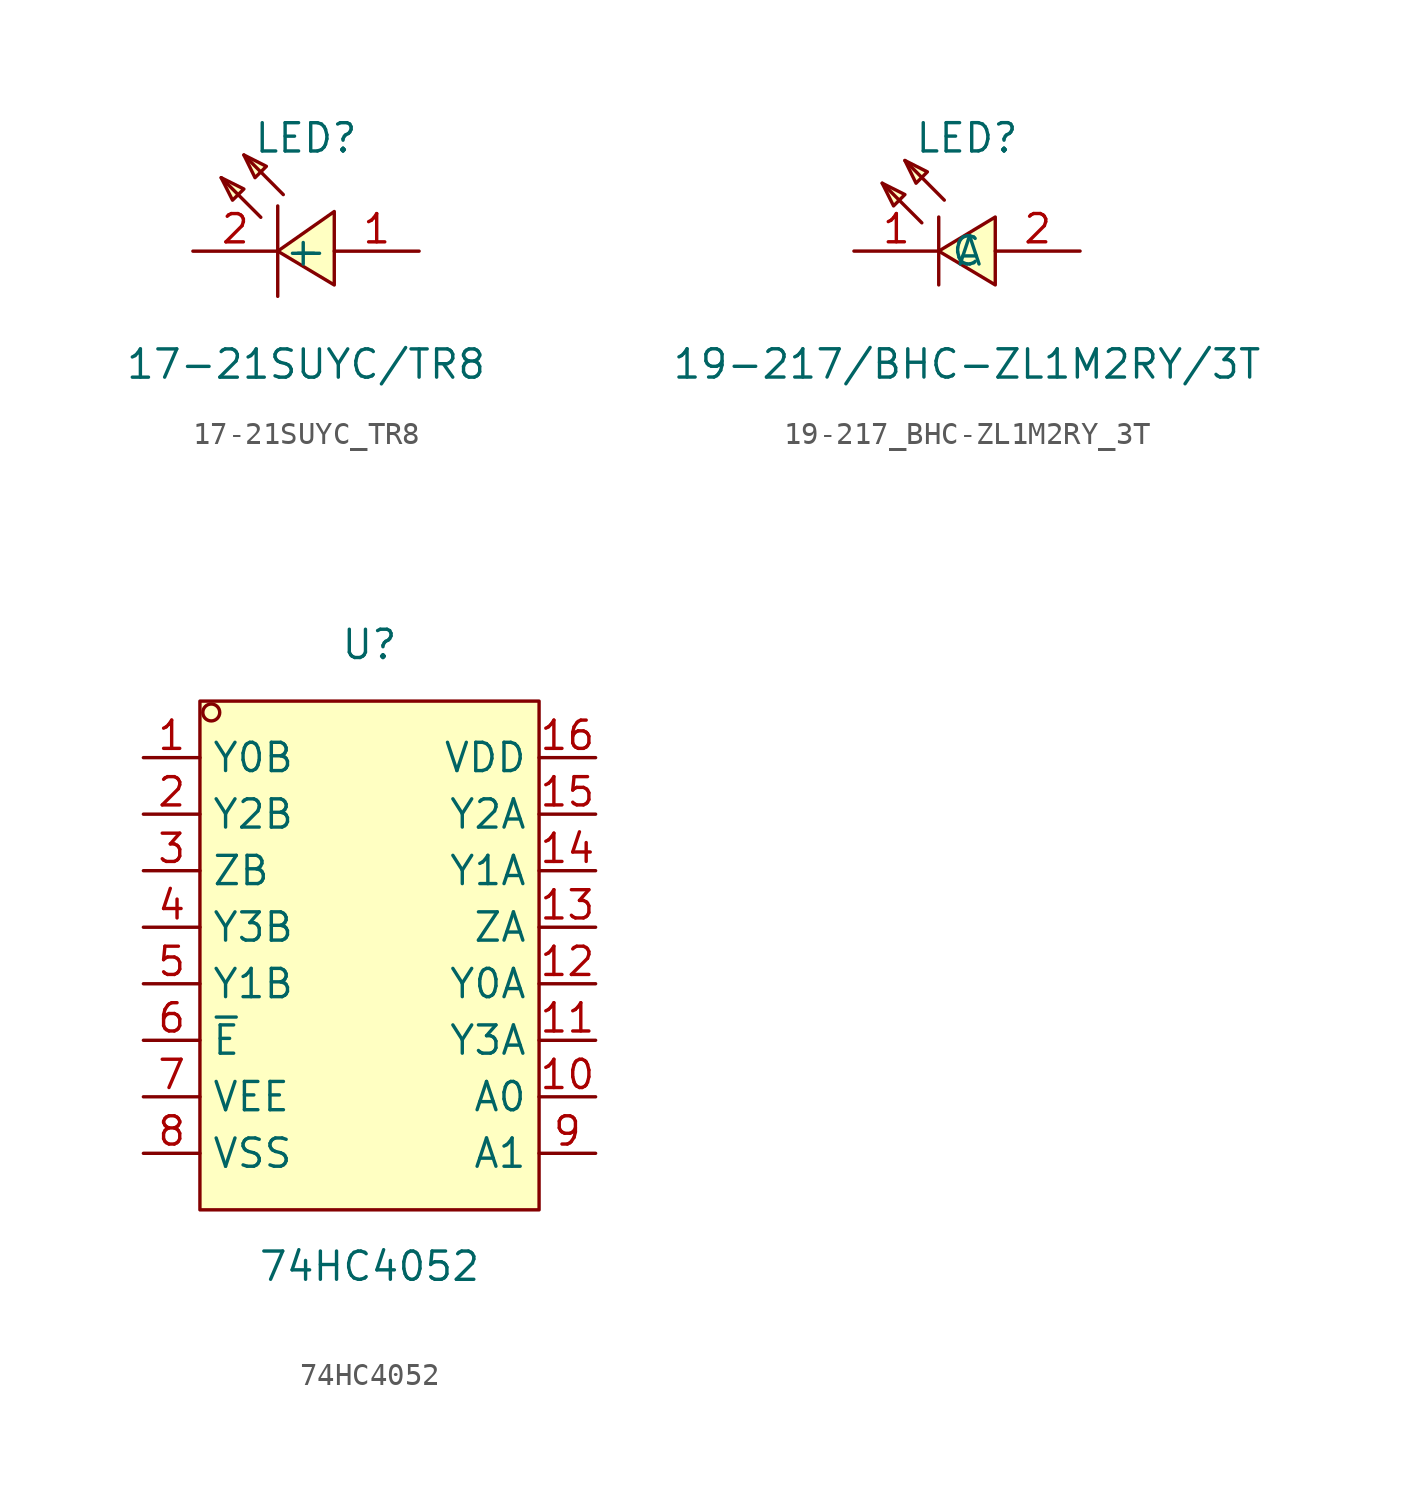
<source format=kicad_sym>
(kicad_symbol_lib
  (version 20220914)
  (generator kicad_symbol_editor)
  (symbol "17-21SUYC_TR8"
    (property "Reference" "LED"
      (at 0 5.08 0)
      (effects (font (size 1.27 1.27))))
    (property "Value" "17-21SUYC/TR8"
      (at 0 -5.08 0)
      (effects (font (size 1.27 1.27))))
    (symbol "17-21SUYC_TR8_0_1"
      (polyline (pts (xy -2.03 1.52) (xy -3.81 3.3)) (stroke (width 0) (type default)) (fill (type none)))
      (polyline (pts (xy -1.27 2.03) (xy -1.27 -2.03)) (stroke (width 0) (type default)) (fill (type none)))
      (polyline (pts (xy -1.02 2.54) (xy -2.79 4.32)) (stroke (width 0) (type default)) (fill (type none)))
      (polyline (pts (xy -3.81 3.3) (xy -2.79 2.79) (xy -3.3 2.29) (xy -3.81 3.3)) (stroke (width 0) (type default)) (fill (type background)))
      (polyline (pts (xy -2.79 4.32) (xy -1.78 3.81) (xy -2.29 3.3) (xy -2.79 4.32)) (stroke (width 0) (type default)) (fill (type background)))
      (polyline (pts (xy 1.27 -1.52) (xy -1.27 0) (xy 1.27 1.78) (xy 1.27 -1.52)) (stroke (width 0) (type default)) (fill (type background)))
      (pin unspecified line (at 5.08 0 180) (length 3.81) (name "+" (effects (font (size 1.27 1.27)))) (number "1" (effects (font (size 1.27 1.27)))))
      (pin unspecified line (at -5.08 0 0) (length 3.81) (name "-" (effects (font (size 1.27 1.27)))) (number "2" (effects (font (size 1.27 1.27)))))))
  (symbol "19-217_BHC-ZL1M2RY_3T"
    (property "Reference" "LED"
      (at 0 3.3 0)
      (effects (font (size 1.27 1.27))))
    (property "Value" "19-217/BHC-ZL1M2RY/3T"
      (at 0 -6.86 0)
      (effects (font (size 1.27 1.27))))
    (symbol "19-217_BHC-ZL1M2RY_3T_0_1"
      (polyline (pts (xy -2.03 -0.51) (xy -3.81 1.27)) (stroke (width 0) (type default)) (fill (type none)))
      (polyline (pts (xy -1.27 -3.3) (xy -1.27 -0.25)) (stroke (width 0) (type default)) (fill (type none)))
      (polyline (pts (xy -1.02 0.51) (xy -2.79 2.29)) (stroke (width 0) (type default)) (fill (type none)))
      (polyline (pts (xy -3.81 1.27) (xy -3.3 0.25) (xy -2.79 0.76) (xy -3.81 1.27)) (stroke (width 0) (type default)) (fill (type background)))
      (polyline (pts (xy -2.79 2.29) (xy -2.29 1.27) (xy -1.78 1.78) (xy -2.79 2.29)) (stroke (width 0) (type default)) (fill (type background)))
      (polyline (pts (xy 1.27 -0.25) (xy -1.27 -1.78) (xy 1.27 -3.3) (xy 1.27 -0.25)) (stroke (width 0) (type default)) (fill (type background)))
      (pin input line (at -5.08 -1.78 0) (length 3.81) (name "C" (effects (font (size 1.27 1.27)))) (number "1" (effects (font (size 1.27 1.27)))))
      (pin input line (at 5.08 -1.78 180) (length 3.81) (name "A" (effects (font (size 1.27 1.27)))) (number "2" (effects (font (size 1.27 1.27)))))))
  (symbol "74HC4052"
    (property "Reference" "U"
      (at 0 13.97 0)
      (effects (font (size 1.27 1.27))))
    (property "Value" "74HC4052"
      (at 0 -13.97 0)
      (effects (font (size 1.27 1.27))))
    (symbol "74HC4052_0_1"
      (rectangle (start -7.62 11.43) (end 7.62 -11.43) (stroke (width 0) (type default)) (fill (type background)))
      (circle (center -7.11 10.92) (radius 0.38) (stroke (width 0) (type default)) (fill (type none)))
      (pin unspecified line (at -10.16 8.89 0) (length 2.54) (name "Y0B" (effects (font (size 1.27 1.27)))) (number "1" (effects (font (size 1.27 1.27)))))
      (pin unspecified line (at 10.16 -6.35 180) (length 2.54) (name "A0" (effects (font (size 1.27 1.27)))) (number "10" (effects (font (size 1.27 1.27)))))
      (pin unspecified line (at 10.16 -3.81 180) (length 2.54) (name "Y3A" (effects (font (size 1.27 1.27)))) (number "11" (effects (font (size 1.27 1.27)))))
      (pin unspecified line (at 10.16 -1.27 180) (length 2.54) (name "Y0A" (effects (font (size 1.27 1.27)))) (number "12" (effects (font (size 1.27 1.27)))))
      (pin unspecified line (at 10.16 1.27 180) (length 2.54) (name "ZA" (effects (font (size 1.27 1.27)))) (number "13" (effects (font (size 1.27 1.27)))))
      (pin unspecified line (at 10.16 3.81 180) (length 2.54) (name "Y1A" (effects (font (size 1.27 1.27)))) (number "14" (effects (font (size 1.27 1.27)))))
      (pin unspecified line (at 10.16 6.35 180) (length 2.54) (name "Y2A" (effects (font (size 1.27 1.27)))) (number "15" (effects (font (size 1.27 1.27)))))
      (pin unspecified line (at 10.16 8.89 180) (length 2.54) (name "VDD" (effects (font (size 1.27 1.27)))) (number "16" (effects (font (size 1.27 1.27)))))
      (pin unspecified line (at -10.16 6.35 0) (length 2.54) (name "Y2B" (effects (font (size 1.27 1.27)))) (number "2" (effects (font (size 1.27 1.27)))))
      (pin unspecified line (at -10.16 3.81 0) (length 2.54) (name "ZB" (effects (font (size 1.27 1.27)))) (number "3" (effects (font (size 1.27 1.27)))))
      (pin unspecified line (at -10.16 1.27 0) (length 2.54) (name "Y3B" (effects (font (size 1.27 1.27)))) (number "4" (effects (font (size 1.27 1.27)))))
      (pin unspecified line (at -10.16 -1.27 0) (length 2.54) (name "Y1B" (effects (font (size 1.27 1.27)))) (number "5" (effects (font (size 1.27 1.27)))))
      (pin unspecified line (at -10.16 -3.81 0) (length 2.54) (name "~{E}" (effects (font (size 1.27 1.27)))) (number "6" (effects (font (size 1.27 1.27)))))
      (pin unspecified line (at -10.16 -6.35 0) (length 2.54) (name "VEE" (effects (font (size 1.27 1.27)))) (number "7" (effects (font (size 1.27 1.27)))))
      (pin unspecified line (at -10.16 -8.89 0) (length 2.54) (name "VSS" (effects (font (size 1.27 1.27)))) (number "8" (effects (font (size 1.27 1.27)))))
      (pin unspecified line (at 10.16 -8.89 180) (length 2.54) (name "A1" (effects (font (size 1.27 1.27)))) (number "9" (effects (font (size 1.27 1.27))))))))
</source>
